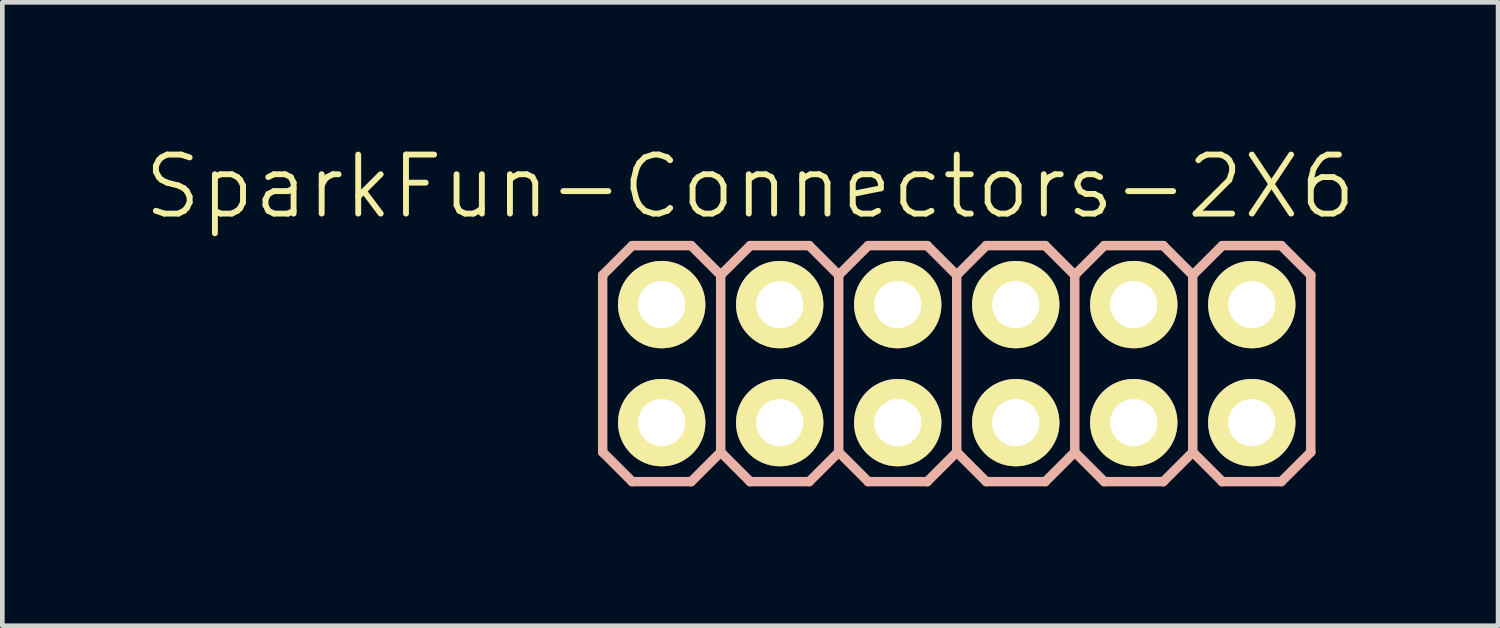
<source format=kicad_pcb>
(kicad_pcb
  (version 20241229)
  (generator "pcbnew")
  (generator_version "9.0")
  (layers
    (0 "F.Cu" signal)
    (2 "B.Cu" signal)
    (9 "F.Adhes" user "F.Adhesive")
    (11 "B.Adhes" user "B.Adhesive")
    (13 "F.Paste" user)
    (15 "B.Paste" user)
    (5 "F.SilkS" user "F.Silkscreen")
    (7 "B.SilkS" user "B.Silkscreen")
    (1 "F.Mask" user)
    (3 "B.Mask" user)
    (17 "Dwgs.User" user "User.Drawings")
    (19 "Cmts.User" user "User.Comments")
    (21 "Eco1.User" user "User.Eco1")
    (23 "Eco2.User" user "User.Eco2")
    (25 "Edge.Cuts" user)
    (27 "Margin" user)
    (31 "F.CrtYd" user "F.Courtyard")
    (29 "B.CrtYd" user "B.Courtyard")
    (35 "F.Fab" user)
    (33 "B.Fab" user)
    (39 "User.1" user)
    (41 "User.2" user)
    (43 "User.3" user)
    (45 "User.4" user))
  (footprint "SparkFun-Connectors-2X6"
    (layer "F.Cu")
    (at 11.191 6.046)
    (property "Reference" "SparkFun-Connectors-2X6" (at 1.905 -5.08 0) (layer "F.SilkS") (effects (font (size 1.27 1.27) (thickness 0.127))))
    (attr exclude_from_pos_files exclude_from_bom)
    (fp_line (start -0.254 -2.794) (end 0.254 -2.794) (stroke (width 0.066) (type solid)) (layer "F.SilkS"))
    (fp_line (start -0.254 -2.286) (end -0.254 -2.794) (stroke (width 0.066) (type solid)) (layer "F.SilkS"))
    (fp_line (start -0.254 -2.286) (end 0.254 -2.286) (stroke (width 0.066) (type solid)) (layer "F.SilkS"))
    (fp_line (start -0.254 -0.254) (end 0.254 -0.254) (stroke (width 0.066) (type solid)) (layer "F.SilkS"))
    (fp_line (start -0.254 0.254) (end -0.254 -0.254) (stroke (width 0.066) (type solid)) (layer "F.SilkS"))
    (fp_line (start -0.254 0.254) (end 0.254 0.254) (stroke (width 0.066) (type solid)) (layer "F.SilkS"))
    (fp_line (start 0.254 -2.286) (end 0.254 -2.794) (stroke (width 0.066) (type solid)) (layer "F.SilkS"))
    (fp_line (start 0.254 0.254) (end 0.254 -0.254) (stroke (width 0.066) (type solid)) (layer "F.SilkS"))
    (fp_line (start 2.286 -2.794) (end 2.794 -2.794) (stroke (width 0.066) (type solid)) (layer "F.SilkS"))
    (fp_line (start 2.286 -2.286) (end 2.286 -2.794) (stroke (width 0.066) (type solid)) (layer "F.SilkS"))
    (fp_line (start 2.286 -2.286) (end 2.794 -2.286) (stroke (width 0.066) (type solid)) (layer "F.SilkS"))
    (fp_line (start 2.286 -0.254) (end 2.794 -0.254) (stroke (width 0.066) (type solid)) (layer "F.SilkS"))
    (fp_line (start 2.286 0.254) (end 2.286 -0.254) (stroke (width 0.066) (type solid)) (layer "F.SilkS"))
    (fp_line (start 2.286 0.254) (end 2.794 0.254) (stroke (width 0.066) (type solid)) (layer "F.SilkS"))
    (fp_line (start 2.794 -2.286) (end 2.794 -2.794) (stroke (width 0.066) (type solid)) (layer "F.SilkS"))
    (fp_line (start 2.794 0.254) (end 2.794 -0.254) (stroke (width 0.066) (type solid)) (layer "F.SilkS"))
    (fp_line (start 4.826 -2.794) (end 5.334 -2.794) (stroke (width 0.066) (type solid)) (layer "F.SilkS"))
    (fp_line (start 4.826 -2.286) (end 4.826 -2.794) (stroke (width 0.066) (type solid)) (layer "F.SilkS"))
    (fp_line (start 4.826 -2.286) (end 5.334 -2.286) (stroke (width 0.066) (type solid)) (layer "F.SilkS"))
    (fp_line (start 4.826 -0.254) (end 5.334 -0.254) (stroke (width 0.066) (type solid)) (layer "F.SilkS"))
    (fp_line (start 4.826 0.254) (end 4.826 -0.254) (stroke (width 0.066) (type solid)) (layer "F.SilkS"))
    (fp_line (start 4.826 0.254) (end 5.334 0.254) (stroke (width 0.066) (type solid)) (layer "F.SilkS"))
    (fp_line (start 5.334 -2.286) (end 5.334 -2.794) (stroke (width 0.066) (type solid)) (layer "F.SilkS"))
    (fp_line (start 5.334 0.254) (end 5.334 -0.254) (stroke (width 0.066) (type solid)) (layer "F.SilkS"))
    (fp_line (start 7.366 -2.794) (end 7.874 -2.794) (stroke (width 0.066) (type solid)) (layer "F.SilkS"))
    (fp_line (start 7.366 -2.286) (end 7.366 -2.794) (stroke (width 0.066) (type solid)) (layer "F.SilkS"))
    (fp_line (start 7.366 -2.286) (end 7.874 -2.286) (stroke (width 0.066) (type solid)) (layer "F.SilkS"))
    (fp_line (start 7.366 -0.254) (end 7.874 -0.254) (stroke (width 0.066) (type solid)) (layer "F.SilkS"))
    (fp_line (start 7.366 0.254) (end 7.366 -0.254) (stroke (width 0.066) (type solid)) (layer "F.SilkS"))
    (fp_line (start 7.366 0.254) (end 7.874 0.254) (stroke (width 0.066) (type solid)) (layer "F.SilkS"))
    (fp_line (start 7.874 -2.286) (end 7.874 -2.794) (stroke (width 0.066) (type solid)) (layer "F.SilkS"))
    (fp_line (start 7.874 0.254) (end 7.874 -0.254) (stroke (width 0.066) (type solid)) (layer "F.SilkS"))
    (fp_line (start 9.906 -2.794) (end 10.414 -2.794) (stroke (width 0.066) (type solid)) (layer "F.SilkS"))
    (fp_line (start 9.906 -2.286) (end 9.906 -2.794) (stroke (width 0.066) (type solid)) (layer "F.SilkS"))
    (fp_line (start 9.906 -2.286) (end 10.414 -2.286) (stroke (width 0.066) (type solid)) (layer "F.SilkS"))
    (fp_line (start 9.906 -0.254) (end 10.414 -0.254) (stroke (width 0.066) (type solid)) (layer "F.SilkS"))
    (fp_line (start 9.906 0.254) (end 9.906 -0.254) (stroke (width 0.066) (type solid)) (layer "F.SilkS"))
    (fp_line (start 9.906 0.254) (end 10.414 0.254) (stroke (width 0.066) (type solid)) (layer "F.SilkS"))
    (fp_line (start 10.414 -2.286) (end 10.414 -2.794) (stroke (width 0.066) (type solid)) (layer "F.SilkS"))
    (fp_line (start 10.414 0.254) (end 10.414 -0.254) (stroke (width 0.066) (type solid)) (layer "F.SilkS"))
    (fp_line (start 12.446 -2.794) (end 12.954 -2.794) (stroke (width 0.066) (type solid)) (layer "F.SilkS"))
    (fp_line (start 12.446 -2.286) (end 12.446 -2.794) (stroke (width 0.066) (type solid)) (layer "F.SilkS"))
    (fp_line (start 12.446 -2.286) (end 12.954 -2.286) (stroke (width 0.066) (type solid)) (layer "F.SilkS"))
    (fp_line (start 12.446 -0.254) (end 12.954 -0.254) (stroke (width 0.066) (type solid)) (layer "F.SilkS"))
    (fp_line (start 12.446 0.254) (end 12.446 -0.254) (stroke (width 0.066) (type solid)) (layer "F.SilkS"))
    (fp_line (start 12.446 0.254) (end 12.954 0.254) (stroke (width 0.066) (type solid)) (layer "F.SilkS"))
    (fp_line (start 12.954 -2.286) (end 12.954 -2.794) (stroke (width 0.066) (type solid)) (layer "F.SilkS"))
    (fp_line (start 12.954 0.254) (end 12.954 -0.254) (stroke (width 0.066) (type solid)) (layer "F.SilkS"))
    (fp_line (start -1.27 -3.175) (end -0.635 -3.81) (stroke (width 0.203) (type solid)) (layer "B.SilkS"))
    (fp_line (start -1.27 0.635) (end -1.27 -3.175) (stroke (width 0.203) (type solid)) (layer "B.SilkS"))
    (fp_line (start -1.27 0.635) (end -0.635 1.27) (stroke (width 0.203) (type solid)) (layer "B.SilkS"))
    (fp_line (start -0.635 -3.81) (end 0.635 -3.81) (stroke (width 0.203) (type solid)) (layer "B.SilkS"))
    (fp_line (start -0.635 1.27) (end 0.635 1.27) (stroke (width 0.203) (type solid)) (layer "B.SilkS"))
    (fp_line (start 0.635 -3.81) (end 1.27 -3.175) (stroke (width 0.203) (type solid)) (layer "B.SilkS"))
    (fp_line (start 0.635 1.27) (end 1.27 0.635) (stroke (width 0.203) (type solid)) (layer "B.SilkS"))
    (fp_line (start 1.27 -3.175) (end 1.27 0.635) (stroke (width 0.203) (type solid)) (layer "B.SilkS"))
    (fp_line (start 1.27 -3.175) (end 1.905 -3.81) (stroke (width 0.203) (type solid)) (layer "B.SilkS"))
    (fp_line (start 1.27 0.635) (end 1.905 1.27) (stroke (width 0.203) (type solid)) (layer "B.SilkS"))
    (fp_line (start 1.905 -3.81) (end 3.175 -3.81) (stroke (width 0.203) (type solid)) (layer "B.SilkS"))
    (fp_line (start 1.905 1.27) (end 3.175 1.27) (stroke (width 0.203) (type solid)) (layer "B.SilkS"))
    (fp_line (start 3.175 -3.81) (end 3.81 -3.175) (stroke (width 0.203) (type solid)) (layer "B.SilkS"))
    (fp_line (start 3.175 1.27) (end 3.81 0.635) (stroke (width 0.203) (type solid)) (layer "B.SilkS"))
    (fp_line (start 3.81 -3.175) (end 3.81 0.635) (stroke (width 0.203) (type solid)) (layer "B.SilkS"))
    (fp_line (start 3.81 -3.175) (end 4.445 -3.81) (stroke (width 0.203) (type solid)) (layer "B.SilkS"))
    (fp_line (start 3.81 0.635) (end 4.445 1.27) (stroke (width 0.203) (type solid)) (layer "B.SilkS"))
    (fp_line (start 4.445 -3.81) (end 5.715 -3.81) (stroke (width 0.203) (type solid)) (layer "B.SilkS"))
    (fp_line (start 4.445 1.27) (end 5.715 1.27) (stroke (width 0.203) (type solid)) (layer "B.SilkS"))
    (fp_line (start 5.715 -3.81) (end 6.35 -3.175) (stroke (width 0.203) (type solid)) (layer "B.SilkS"))
    (fp_line (start 5.715 1.27) (end 6.35 0.635) (stroke (width 0.203) (type solid)) (layer "B.SilkS"))
    (fp_line (start 6.35 -3.175) (end 6.35 0.635) (stroke (width 0.203) (type solid)) (layer "B.SilkS"))
    (fp_line (start 6.35 -3.175) (end 6.985 -3.81) (stroke (width 0.203) (type solid)) (layer "B.SilkS"))
    (fp_line (start 6.35 0.635) (end 6.985 1.27) (stroke (width 0.203) (type solid)) (layer "B.SilkS"))
    (fp_line (start 6.985 -3.81) (end 8.255 -3.81) (stroke (width 0.203) (type solid)) (layer "B.SilkS"))
    (fp_line (start 6.985 1.27) (end 8.255 1.27) (stroke (width 0.203) (type solid)) (layer "B.SilkS"))
    (fp_line (start 8.255 -3.81) (end 8.89 -3.175) (stroke (width 0.203) (type solid)) (layer "B.SilkS"))
    (fp_line (start 8.255 1.27) (end 8.89 0.635) (stroke (width 0.203) (type solid)) (layer "B.SilkS"))
    (fp_line (start 8.89 -3.175) (end 8.89 0.635) (stroke (width 0.203) (type solid)) (layer "B.SilkS"))
    (fp_line (start 8.89 -3.175) (end 9.525 -3.81) (stroke (width 0.203) (type solid)) (layer "B.SilkS"))
    (fp_line (start 8.89 0.635) (end 9.525 1.27) (stroke (width 0.203) (type solid)) (layer "B.SilkS"))
    (fp_line (start 9.525 -3.81) (end 10.795 -3.81) (stroke (width 0.203) (type solid)) (layer "B.SilkS"))
    (fp_line (start 9.525 1.27) (end 10.795 1.27) (stroke (width 0.203) (type solid)) (layer "B.SilkS"))
    (fp_line (start 10.795 -3.81) (end 11.43 -3.175) (stroke (width 0.203) (type solid)) (layer "B.SilkS"))
    (fp_line (start 10.795 1.27) (end 11.43 0.635) (stroke (width 0.203) (type solid)) (layer "B.SilkS"))
    (fp_line (start 11.43 -3.175) (end 11.43 0.635) (stroke (width 0.203) (type solid)) (layer "B.SilkS"))
    (fp_line (start 11.43 -3.175) (end 12.065 -3.81) (stroke (width 0.203) (type solid)) (layer "B.SilkS"))
    (fp_line (start 11.43 0.635) (end 12.065 1.27) (stroke (width 0.203) (type solid)) (layer "B.SilkS"))
    (fp_line (start 12.065 -3.81) (end 13.335 -3.81) (stroke (width 0.203) (type solid)) (layer "B.SilkS"))
    (fp_line (start 12.065 1.27) (end 13.335 1.27) (stroke (width 0.203) (type solid)) (layer "B.SilkS"))
    (fp_line (start 13.335 -3.81) (end 13.97 -3.175) (stroke (width 0.203) (type solid)) (layer "B.SilkS"))
    (fp_line (start 13.335 1.27) (end 13.97 0.635) (stroke (width 0.203) (type solid)) (layer "B.SilkS"))
    (fp_line (start 13.97 -3.175) (end 13.97 0.635) (stroke (width 0.203) (type solid)) (layer "B.SilkS"))
    (pad "1" thru_hole circle (at 0 0) (size 1.88 1.88) (drill 1.016) (layers "*.Cu" "F.Mask" "F.SilkS" "F.Paste"))
    (pad "2" thru_hole circle (at 0 -2.54) (size 1.88 1.88) (drill 1.016) (layers "*.Cu" "F.Mask" "F.SilkS" "F.Paste"))
    (pad "3" thru_hole circle (at 2.54 0) (size 1.88 1.88) (drill 1.016) (layers "*.Cu" "F.Mask" "F.SilkS" "F.Paste"))
    (pad "4" thru_hole circle (at 2.54 -2.54) (size 1.88 1.88) (drill 1.016) (layers "*.Cu" "F.Mask" "F.SilkS" "F.Paste"))
    (pad "5" thru_hole circle (at 5.08 0) (size 1.88 1.88) (drill 1.016) (layers "*.Cu" "F.Mask" "F.SilkS" "F.Paste"))
    (pad "6" thru_hole circle (at 5.08 -2.54) (size 1.88 1.88) (drill 1.016) (layers "*.Cu" "F.Mask" "F.SilkS" "F.Paste"))
    (pad "7" thru_hole circle (at 7.62 0) (size 1.88 1.88) (drill 1.016) (layers "*.Cu" "F.Mask" "F.SilkS" "F.Paste"))
    (pad "8" thru_hole circle (at 7.62 -2.54) (size 1.88 1.88) (drill 1.016) (layers "*.Cu" "F.Mask" "F.SilkS" "F.Paste"))
    (pad "9" thru_hole circle (at 10.16 0) (size 1.88 1.88) (drill 1.016) (layers "*.Cu" "F.Mask" "F.SilkS" "F.Paste"))
    (pad "10" thru_hole circle (at 10.16 -2.54) (size 1.88 1.88) (drill 1.016) (layers "*.Cu" "F.Mask" "F.SilkS" "F.Paste"))
    (pad "11" thru_hole circle (at 12.7 0) (size 1.88 1.88) (drill 1.016) (layers "*.Cu" "F.Mask" "F.SilkS" "F.Paste"))
    (pad "12" thru_hole circle (at 12.7 -2.54) (size 1.88 1.88) (drill 1.016) (layers "*.Cu" "F.Mask" "F.SilkS" "F.Paste")))
  (gr_rect
    (start -3 -3)
    (end 29.192 10.417)
    (stroke (width 0.1) (type default))
    (fill no)
    (layer "Edge.Cuts")))
</source>
